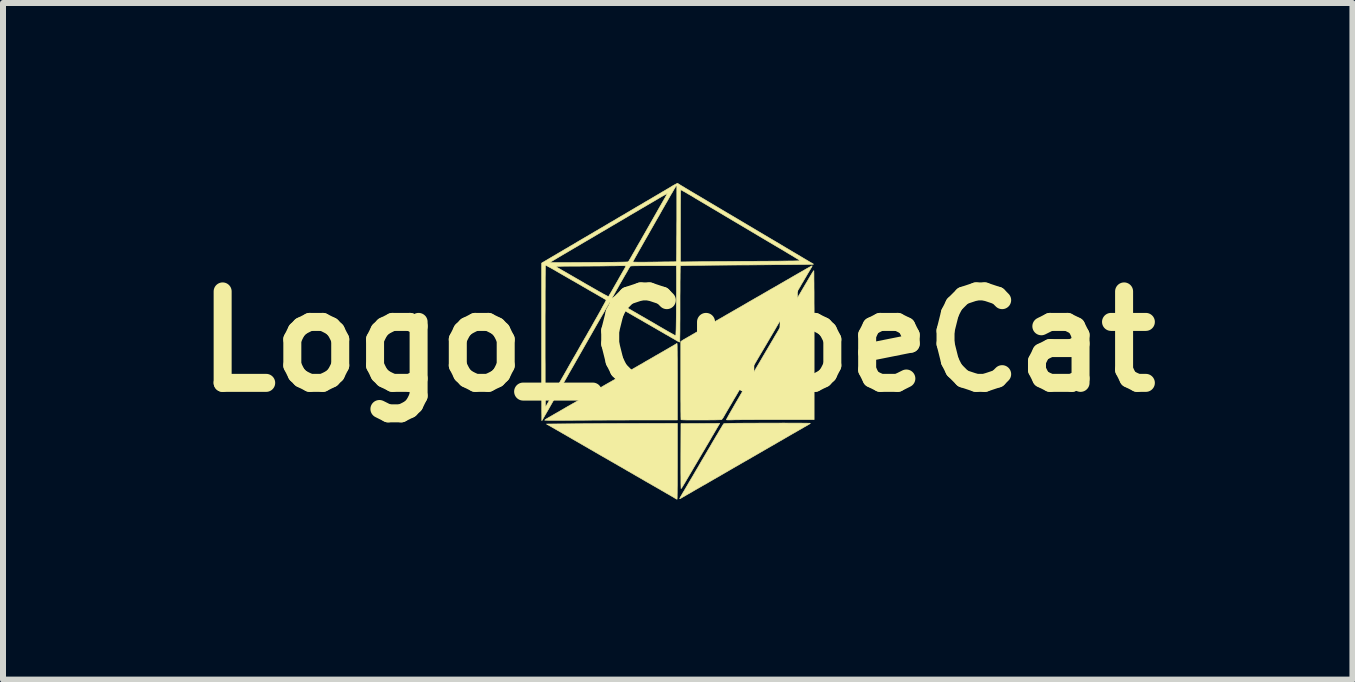
<source format=kicad_pcb>
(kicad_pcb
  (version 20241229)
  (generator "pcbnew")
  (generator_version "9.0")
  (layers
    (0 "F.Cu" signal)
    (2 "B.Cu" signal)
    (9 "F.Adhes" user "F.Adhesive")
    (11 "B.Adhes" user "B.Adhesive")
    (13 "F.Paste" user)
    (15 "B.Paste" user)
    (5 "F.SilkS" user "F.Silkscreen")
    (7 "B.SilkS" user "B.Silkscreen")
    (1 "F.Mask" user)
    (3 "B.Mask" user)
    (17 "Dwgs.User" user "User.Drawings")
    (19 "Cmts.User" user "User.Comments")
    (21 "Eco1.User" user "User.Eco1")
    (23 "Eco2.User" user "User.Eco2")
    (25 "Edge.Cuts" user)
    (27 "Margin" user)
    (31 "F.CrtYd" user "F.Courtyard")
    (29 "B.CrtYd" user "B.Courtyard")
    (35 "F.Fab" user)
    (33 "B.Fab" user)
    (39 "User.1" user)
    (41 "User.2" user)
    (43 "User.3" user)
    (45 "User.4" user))
  (footprint "Logo_CubeCat"
    (layer "F.Cu")
    (at 8.244 2.641)
    (property "Reference" "Logo_CubeCat" (at 0 0 0) (layer "F.SilkS") (effects (font (size 1.524 1.524) (thickness 0.3))))
    (attr through_hole)
    (fp_poly (pts (xy 0.687 1.386) (xy 0.681 1.397) (xy 0.669 1.417) (xy 0.652 1.445) (xy 0.633 1.478) (xy 0.611 1.515) (xy 0.597 1.54) (xy 0.571 1.583) (xy 0.545 1.629) (xy 0.519 1.673) (xy 0.495 1.714) (xy 0.475 1.747) (xy 0.47 1.756) (xy 0.451 1.789) (xy 0.427 1.829) (xy 0.401 1.873) (xy 0.375 1.917) (xy 0.354 1.953) (xy 0.329 1.996) (xy 0.3 2.045) (xy 0.271 2.094) (xy 0.245 2.139) (xy 0.227 2.169) (xy 0.203 2.21) (xy 0.176 2.256) (xy 0.149 2.302) (xy 0.125 2.343) (xy 0.114 2.361) (xy 0.096 2.391) (xy 0.08 2.417) (xy 0.068 2.437) (xy 0.059 2.448) (xy 0.056 2.451) (xy 0.055 2.445) (xy 0.055 2.427) (xy 0.054 2.398) (xy 0.053 2.359) (xy 0.053 2.312) (xy 0.053 2.256) (xy 0.052 2.193) (xy 0.052 2.123) (xy 0.052 2.049) (xy 0.052 1.97) (xy 0.052 1.91) (xy 0.054 1.368) (xy 0.377 1.367) (xy 0.7 1.365) (xy 0.687 1.386)) (stroke (width 0.01) (type solid)) (fill yes) (layer "F.SilkS"))
    (fp_poly (pts (xy -0.006 1.997) (xy -0.006 2.085) (xy -0.007 2.17) (xy -0.007 2.25) (xy -0.007 2.325) (xy -0.007 2.394) (xy -0.008 2.455) (xy -0.008 2.509) (xy -0.009 2.554) (xy -0.009 2.589) (xy -0.01 2.613) (xy -0.011 2.627) (xy -0.011 2.629) (xy -0.019 2.626) (xy -0.034 2.618) (xy -0.051 2.608) (xy -0.061 2.601) (xy -0.073 2.594) (xy -0.087 2.586) (xy -0.104 2.576) (xy -0.125 2.564) (xy -0.15 2.549) (xy -0.181 2.532) (xy -0.218 2.51) (xy -0.262 2.485) (xy -0.315 2.454) (xy -0.376 2.419) (xy -0.447 2.378) (xy -0.486 2.356) (xy -0.542 2.324) (xy -0.596 2.292) (xy -0.648 2.262) (xy -0.696 2.235) (xy -0.738 2.21) (xy -0.773 2.19) (xy -0.8 2.174) (xy -0.816 2.165) (xy -0.835 2.155) (xy -0.863 2.138) (xy -0.899 2.117) (xy -0.942 2.092) (xy -0.99 2.065) (xy -1.043 2.034) (xy -1.098 2.003) (xy -1.146 1.975) (xy -1.203 1.942) (xy -1.259 1.91) (xy -1.313 1.879) (xy -1.363 1.85) (xy -1.409 1.823) (xy -1.447 1.801) (xy -1.478 1.784) (xy -1.495 1.773) (xy -1.532 1.752) (xy -1.572 1.729) (xy -1.61 1.707) (xy -1.642 1.688) (xy -1.645 1.687) (xy -1.677 1.668) (xy -1.712 1.648) (xy -1.744 1.63) (xy -1.762 1.619) (xy -1.78 1.609) (xy -1.807 1.593) (xy -1.842 1.573) (xy -1.883 1.549) (xy -1.927 1.524) (xy -1.973 1.497) (xy -2 1.482) (xy -2.187 1.375) (xy -1.638 1.371) (xy -1.537 1.37) (xy -1.427 1.37) (xy -1.309 1.369) (xy -1.187 1.368) (xy -1.063 1.368) (xy -0.94 1.367) (xy -0.82 1.367) (xy -0.706 1.367) (xy -0.6 1.366) (xy -0.548 1.366) (xy -0.006 1.365) (xy -0.006 1.997)) (stroke (width 0.01) (type solid)) (fill yes) (layer "F.SilkS"))
    (fp_poly (pts (xy 2.269 -1.175) (xy 2.269 -1.157) (xy 2.27 -1.127) (xy 2.27 -1.086) (xy 2.27 -1.035) (xy 2.271 -0.974) (xy 2.271 -0.905) (xy 2.272 -0.827) (xy 2.272 -0.741) (xy 2.272 -0.647) (xy 2.273 -0.548) (xy 2.273 -0.442) (xy 2.273 -0.331) (xy 2.273 -0.215) (xy 2.273 -0.094) (xy 2.273 0.029) (xy 2.273 0.06) (xy 2.273 1.302) (xy 1.63 1.302) (xy 1.538 1.302) (xy 1.449 1.302) (xy 1.363 1.302) (xy 1.281 1.302) (xy 1.204 1.303) (xy 1.134 1.303) (xy 1.07 1.303) (xy 1.015 1.304) (xy 0.969 1.304) (xy 0.933 1.305) (xy 0.909 1.306) (xy 0.9 1.306) (xy 0.859 1.307) (xy 0.831 1.307) (xy 0.814 1.305) (xy 0.811 1.303) (xy 0.813 1.297) (xy 0.822 1.281) (xy 0.836 1.255) (xy 0.855 1.22) (xy 0.879 1.178) (xy 0.908 1.128) (xy 0.94 1.072) (xy 0.975 1.011) (xy 1.014 0.945) (xy 1.055 0.874) (xy 1.098 0.801) (xy 1.112 0.777) (xy 1.161 0.693) (xy 1.213 0.605) (xy 1.266 0.515) (xy 1.319 0.424) (xy 1.372 0.335) (xy 1.423 0.247) (xy 1.472 0.164) (xy 1.518 0.086) (xy 1.559 0.016) (xy 1.596 -0.046) (xy 1.611 -0.073) (xy 1.648 -0.135) (xy 1.684 -0.196) (xy 1.718 -0.255) (xy 1.751 -0.31) (xy 1.781 -0.361) (xy 1.807 -0.405) (xy 1.829 -0.442) (xy 1.845 -0.471) (xy 1.854 -0.486) (xy 1.873 -0.518) (xy 1.897 -0.558) (xy 1.923 -0.602) (xy 1.949 -0.647) (xy 1.972 -0.686) (xy 1.997 -0.729) (xy 2.025 -0.777) (xy 2.054 -0.825) (xy 2.08 -0.87) (xy 2.099 -0.902) (xy 2.123 -0.943) (xy 2.15 -0.988) (xy 2.177 -1.035) (xy 2.201 -1.076) (xy 2.21 -1.091) (xy 2.228 -1.121) (xy 2.244 -1.147) (xy 2.257 -1.167) (xy 2.265 -1.178) (xy 2.268 -1.181) (xy 2.269 -1.175)) (stroke (width 0.01) (type solid)) (fill yes) (layer "F.SilkS"))
    (fp_poly (pts (xy -0.011 0.038) (xy -0.01 0.056) (xy -0.009 0.085) (xy -0.009 0.124) (xy -0.008 0.173) (xy -0.008 0.23) (xy -0.007 0.294) (xy -0.007 0.366) (xy -0.007 0.443) (xy -0.006 0.525) (xy -0.006 0.612) (xy -0.006 0.67) (xy -0.006 1.308) (xy -0.583 1.308) (xy -0.684 1.308) (xy -0.794 1.308) (xy -0.911 1.309) (xy -1.031 1.309) (xy -1.152 1.309) (xy -1.273 1.31) (xy -1.391 1.31) (xy -1.502 1.311) (xy -1.606 1.312) (xy -1.688 1.312) (xy -1.78 1.313) (xy -1.865 1.313) (xy -1.943 1.314) (xy -2.012 1.314) (xy -2.072 1.314) (xy -2.123 1.314) (xy -2.163 1.313) (xy -2.192 1.312) (xy -2.21 1.312) (xy -2.216 1.311) (xy -2.211 1.305) (xy -2.197 1.295) (xy -2.177 1.283) (xy -2.167 1.277) (xy -2.138 1.26) (xy -2.105 1.241) (xy -2.072 1.222) (xy -2.061 1.215) (xy -2.043 1.205) (xy -2.017 1.19) (xy -1.981 1.17) (xy -1.939 1.145) (xy -1.892 1.118) (xy -1.841 1.088) (xy -1.786 1.057) (xy -1.737 1.029) (xy -1.681 0.997) (xy -1.626 0.965) (xy -1.575 0.935) (xy -1.527 0.908) (xy -1.484 0.883) (xy -1.449 0.863) (xy -1.422 0.847) (xy -1.407 0.838) (xy -1.388 0.827) (xy -1.36 0.811) (xy -1.323 0.79) (xy -1.28 0.765) (xy -1.232 0.737) (xy -1.18 0.707) (xy -1.125 0.676) (xy -1.076 0.648) (xy -1.021 0.616) (xy -0.966 0.584) (xy -0.914 0.554) (xy -0.866 0.527) (xy -0.824 0.502) (xy -0.789 0.482) (xy -0.762 0.466) (xy -0.746 0.457) (xy -0.715 0.439) (xy -0.678 0.418) (xy -0.639 0.395) (xy -0.603 0.375) (xy -0.603 0.375) (xy -0.567 0.354) (xy -0.529 0.331) (xy -0.491 0.31) (xy -0.46 0.292) (xy -0.46 0.292) (xy -0.439 0.28) (xy -0.408 0.262) (xy -0.371 0.24) (xy -0.328 0.216) (xy -0.282 0.189) (xy -0.234 0.162) (xy -0.213 0.149) (xy -0.169 0.124) (xy -0.128 0.1) (xy -0.092 0.079) (xy -0.062 0.062) (xy -0.04 0.048) (xy -0.026 0.04) (xy -0.023 0.037) (xy -0.013 0.032) (xy -0.011 0.032) (xy -0.011 0.038)) (stroke (width 0.01) (type solid)) (fill yes) (layer "F.SilkS"))
    (fp_poly (pts (xy 1.845 1.36) (xy 1.92 1.36) (xy 1.988 1.36) (xy 2.048 1.36) (xy 2.101 1.361) (xy 2.144 1.361) (xy 2.176 1.362) (xy 2.199 1.362) (xy 2.209 1.363) (xy 2.21 1.363) (xy 2.205 1.368) (xy 2.191 1.378) (xy 2.17 1.39) (xy 2.157 1.398) (xy 2.136 1.41) (xy 2.105 1.427) (xy 2.07 1.448) (xy 2.031 1.47) (xy 1.991 1.493) (xy 1.984 1.497) (xy 1.895 1.548) (xy 1.814 1.595) (xy 1.742 1.637) (xy 1.679 1.673) (xy 1.626 1.704) (xy 1.583 1.729) (xy 1.553 1.746) (xy 1.534 1.757) (xy 1.506 1.773) (xy 1.47 1.794) (xy 1.426 1.819) (xy 1.378 1.847) (xy 1.326 1.877) (xy 1.271 1.909) (xy 1.222 1.937) (xy 1.167 1.969) (xy 1.112 2) (xy 1.06 2.03) (xy 1.012 2.058) (xy 0.97 2.082) (xy 0.935 2.102) (xy 0.908 2.118) (xy 0.892 2.127) (xy 0.861 2.145) (xy 0.824 2.167) (xy 0.785 2.189) (xy 0.749 2.21) (xy 0.749 2.21) (xy 0.713 2.231) (xy 0.675 2.253) (xy 0.637 2.275) (xy 0.607 2.292) (xy 0.606 2.292) (xy 0.581 2.307) (xy 0.548 2.326) (xy 0.509 2.349) (xy 0.468 2.373) (xy 0.426 2.396) (xy 0.419 2.4) (xy 0.374 2.426) (xy 0.325 2.454) (xy 0.275 2.483) (xy 0.229 2.51) (xy 0.191 2.532) (xy 0.155 2.552) (xy 0.122 2.572) (xy 0.093 2.588) (xy 0.071 2.601) (xy 0.058 2.609) (xy 0.041 2.618) (xy 0.034 2.62) (xy 0.033 2.617) (xy 0.034 2.613) (xy 0.039 2.604) (xy 0.049 2.586) (xy 0.063 2.562) (xy 0.08 2.533) (xy 0.088 2.518) (xy 0.101 2.498) (xy 0.119 2.467) (xy 0.142 2.428) (xy 0.169 2.382) (xy 0.199 2.33) (xy 0.233 2.274) (xy 0.268 2.214) (xy 0.304 2.152) (xy 0.334 2.102) (xy 0.394 1.998) (xy 0.449 1.905) (xy 0.498 1.821) (xy 0.542 1.747) (xy 0.58 1.681) (xy 0.614 1.624) (xy 0.643 1.574) (xy 0.669 1.532) (xy 0.69 1.495) (xy 0.708 1.465) (xy 0.723 1.441) (xy 0.735 1.421) (xy 0.744 1.405) (xy 0.751 1.393) (xy 0.757 1.385) (xy 0.761 1.379) (xy 0.763 1.375) (xy 0.765 1.372) (xy 0.766 1.372) (xy 0.769 1.37) (xy 0.774 1.369) (xy 0.782 1.368) (xy 0.795 1.367) (xy 0.812 1.366) (xy 0.835 1.365) (xy 0.863 1.364) (xy 0.899 1.363) (xy 0.941 1.363) (xy 0.992 1.362) (xy 1.051 1.362) (xy 1.12 1.361) (xy 1.199 1.361) (xy 1.288 1.361) (xy 1.389 1.36) (xy 1.492 1.36) (xy 1.587 1.36) (xy 1.677 1.36) (xy 1.764 1.359) (xy 1.845 1.36)) (stroke (width 0.01) (type solid)) (fill yes) (layer "F.SilkS"))
    (fp_poly (pts (xy 2.239 -1.254) (xy 2.232 -1.241) (xy 2.224 -1.227) (xy 2.217 -1.216) (xy 2.204 -1.194) (xy 2.186 -1.164) (xy 2.164 -1.127) (xy 2.139 -1.084) (xy 2.111 -1.037) (xy 2.082 -0.987) (xy 2.063 -0.956) (xy 2.043 -0.92) (xy 2.016 -0.874) (xy 1.984 -0.82) (xy 1.947 -0.757) (xy 1.906 -0.687) (xy 1.861 -0.611) (xy 1.813 -0.529) (xy 1.763 -0.443) (xy 1.71 -0.354) (xy 1.656 -0.262) (xy 1.602 -0.169) (xy 1.547 -0.076) (xy 1.492 0.018) (xy 1.438 0.11) (xy 1.385 0.199) (xy 1.334 0.286) (xy 1.286 0.368) (xy 1.241 0.445) (xy 1.199 0.516) (xy 1.161 0.58) (xy 1.128 0.636) (xy 1.1 0.683) (xy 1.086 0.708) (xy 1.029 0.804) (xy 0.979 0.89) (xy 0.934 0.965) (xy 0.896 1.031) (xy 0.862 1.088) (xy 0.834 1.136) (xy 0.811 1.175) (xy 0.793 1.206) (xy 0.779 1.23) (xy 0.772 1.243) (xy 0.758 1.267) (xy 0.744 1.286) (xy 0.734 1.299) (xy 0.73 1.302) (xy 0.722 1.303) (xy 0.702 1.304) (xy 0.673 1.305) (xy 0.636 1.306) (xy 0.592 1.307) (xy 0.542 1.307) (xy 0.489 1.308) (xy 0.433 1.308) (xy 0.376 1.308) (xy 0.319 1.308) (xy 0.265 1.308) (xy 0.213 1.308) (xy 0.167 1.308) (xy 0.127 1.307) (xy 0.094 1.306) (xy 0.07 1.305) (xy 0.057 1.304) (xy 0.055 1.304) (xy 0.054 1.297) (xy 0.054 1.278) (xy 0.053 1.249) (xy 0.053 1.209) (xy 0.052 1.16) (xy 0.052 1.102) (xy 0.052 1.037) (xy 0.051 0.965) (xy 0.051 0.887) (xy 0.051 0.804) (xy 0.051 0.717) (xy 0.051 0.65) (xy 0.051 0.001) (xy 0.068 -0.011) (xy 0.08 -0.019) (xy 0.101 -0.032) (xy 0.127 -0.047) (xy 0.155 -0.063) (xy 0.156 -0.064) (xy 0.195 -0.086) (xy 0.243 -0.114) (xy 0.298 -0.146) (xy 0.358 -0.18) (xy 0.421 -0.216) (xy 0.484 -0.253) (xy 0.546 -0.289) (xy 0.565 -0.3) (xy 0.643 -0.345) (xy 0.724 -0.391) (xy 0.81 -0.441) (xy 0.904 -0.495) (xy 0.921 -0.505) (xy 0.958 -0.526) (xy 1.001 -0.551) (xy 1.045 -0.576) (xy 1.083 -0.598) (xy 1.114 -0.616) (xy 1.143 -0.633) (xy 1.167 -0.647) (xy 1.184 -0.657) (xy 1.187 -0.659) (xy 1.197 -0.665) (xy 1.217 -0.676) (xy 1.245 -0.692) (xy 1.281 -0.713) (xy 1.323 -0.737) (xy 1.371 -0.764) (xy 1.422 -0.794) (xy 1.476 -0.825) (xy 1.476 -0.825) (xy 1.532 -0.858) (xy 1.587 -0.889) (xy 1.639 -0.919) (xy 1.686 -0.946) (xy 1.729 -0.971) (xy 1.764 -0.991) (xy 1.791 -1.007) (xy 1.807 -1.016) (xy 1.89 -1.064) (xy 1.964 -1.107) (xy 2.027 -1.143) (xy 2.081 -1.174) (xy 2.126 -1.2) (xy 2.163 -1.221) (xy 2.192 -1.237) (xy 2.214 -1.249) (xy 2.229 -1.257) (xy 2.237 -1.261) (xy 2.24 -1.261) (xy 2.239 -1.254)) (stroke (width 0.01) (type solid)) (fill yes) (layer "F.SilkS"))
    (fp_poly (pts (xy 0.002 -2.634) (xy 0.006 -2.631) (xy 0.014 -2.625) (xy 0.026 -2.618) (xy 0.042 -2.608) (xy 0.064 -2.594) (xy 0.092 -2.578) (xy 0.126 -2.557) (xy 0.168 -2.532) (xy 0.218 -2.502) (xy 0.277 -2.467) (xy 0.345 -2.427) (xy 0.424 -2.38) (xy 0.438 -2.372) (xy 0.501 -2.334) (xy 0.572 -2.292) (xy 0.648 -2.247) (xy 0.725 -2.201) (xy 0.801 -2.156) (xy 0.872 -2.114) (xy 0.93 -2.08) (xy 0.984 -2.048) (xy 1.046 -2.011) (xy 1.115 -1.97) (xy 1.189 -1.926) (xy 1.265 -1.881) (xy 1.342 -1.835) (xy 1.418 -1.79) (xy 1.491 -1.747) (xy 1.524 -1.727) (xy 1.592 -1.687) (xy 1.662 -1.646) (xy 1.732 -1.604) (xy 1.802 -1.562) (xy 1.868 -1.523) (xy 1.93 -1.486) (xy 1.986 -1.453) (xy 2.034 -1.425) (xy 2.06 -1.409) (xy 2.105 -1.382) (xy 2.146 -1.358) (xy 2.183 -1.336) (xy 2.213 -1.318) (xy 2.237 -1.305) (xy 2.252 -1.296) (xy 2.257 -1.293) (xy 2.261 -1.289) (xy 2.261 -1.287) (xy 2.254 -1.287) (xy 2.235 -1.286) (xy 2.205 -1.286) (xy 2.165 -1.285) (xy 2.114 -1.284) (xy 2.053 -1.284) (xy 1.984 -1.283) (xy 1.907 -1.282) (xy 1.822 -1.281) (xy 1.73 -1.28) (xy 1.632 -1.28) (xy 1.528 -1.279) (xy 1.42 -1.278) (xy 1.307 -1.277) (xy 1.191 -1.276) (xy 1.153 -1.276) (xy 0.999 -1.275) (xy 0.859 -1.274) (xy 0.73 -1.273) (xy 0.614 -1.272) (xy 0.509 -1.271) (xy 0.415 -1.27) (xy 0.333 -1.269) (xy 0.261 -1.268) (xy 0.201 -1.267) (xy 0.15 -1.266) (xy 0.109 -1.265) (xy 0.079 -1.264) (xy 0.058 -1.263) (xy 0.046 -1.262) (xy 0.043 -1.261) (xy 0.042 -1.254) (xy 0.042 -1.235) (xy 0.041 -1.205) (xy 0.041 -1.165) (xy 0.04 -1.115) (xy 0.04 -1.058) (xy 0.039 -0.992) (xy 0.039 -0.921) (xy 0.039 -0.843) (xy 0.038 -0.761) (xy 0.038 -0.674) (xy 0.038 -0.624) (xy 0.038 -0.536) (xy 0.038 -0.451) (xy 0.038 -0.371) (xy 0.037 -0.296) (xy 0.037 -0.227) (xy 0.037 -0.166) (xy 0.036 -0.112) (xy 0.035 -0.067) (xy 0.035 -0.032) (xy 0.034 -0.007) (xy 0.034 0.006) (xy 0.033 0.009) (xy 0.026 0.007) (xy 0.011 0.000473) (xy -0.007 -0.009) (xy -0.024 -0.019) (xy -0.05 -0.035) (xy -0.081 -0.053) (xy -0.115 -0.072) (xy -0.133 -0.083) (xy -0.17 -0.104) (xy -0.208 -0.125) (xy -0.243 -0.146) (xy -0.273 -0.163) (xy -0.283 -0.169) (xy -0.3 -0.179) (xy -0.327 -0.194) (xy -0.362 -0.215) (xy -0.404 -0.239) (xy -0.451 -0.266) (xy -0.503 -0.296) (xy -0.557 -0.327) (xy -0.606 -0.356) (xy -0.682 -0.399) (xy -0.748 -0.437) (xy -0.805 -0.47) (xy -0.854 -0.498) (xy -0.897 -0.523) (xy -0.933 -0.544) (xy -0.965 -0.562) (xy -0.993 -0.579) (xy -1.018 -0.594) (xy -1.042 -0.607) (xy -1.065 -0.621) (xy -1.09 -0.635) (xy -1.111 -0.645) (xy -1.126 -0.651) (xy -1.132 -0.652) (xy -1.136 -0.646) (xy -1.146 -0.63) (xy -1.162 -0.605) (xy -1.182 -0.571) (xy -1.206 -0.53) (xy -1.234 -0.481) (xy -1.266 -0.427) (xy -1.3 -0.368) (xy -1.336 -0.305) (xy -1.374 -0.239) (xy -1.375 -0.237) (xy -1.454 -0.098) (xy -1.531 0.037) (xy -1.605 0.167) (xy -1.677 0.293) (xy -1.745 0.413) (xy -1.811 0.527) (xy -1.872 0.636) (xy -1.931 0.737) (xy -1.985 0.832) (xy -2.035 0.92) (xy -2.081 1) (xy -2.122 1.072) (xy -2.158 1.136) (xy -2.19 1.191) (xy -2.216 1.236) (xy -2.237 1.273) (xy -2.252 1.299) (xy -2.261 1.315) (xy -2.264 1.32) (xy -2.265 1.314) (xy -2.265 1.296) (xy -2.265 1.267) (xy -2.265 1.226) (xy -2.266 1.175) (xy -2.266 1.114) (xy -2.266 1.045) (xy -2.266 0.966) (xy -2.266 0.88) (xy -2.266 0.786) (xy -2.267 0.685) (xy -2.267 0.579) (xy -2.267 0.466) (xy -2.267 0.349) (xy -2.267 0.227) (xy -2.267 0.101) (xy -2.267 0.008) (xy -2.267 -0.084) (xy -2.21 -0.084) (xy -2.21 0.037) (xy -2.21 0.156) (xy -2.21 0.27) (xy -2.209 0.379) (xy -2.209 0.483) (xy -2.209 0.581) (xy -2.209 0.672) (xy -2.208 0.756) (xy -2.208 0.832) (xy -2.207 0.9) (xy -2.207 0.959) (xy -2.206 1.008) (xy -2.206 1.047) (xy -2.205 1.074) (xy -2.205 1.091) (xy -2.204 1.095) (xy -2.201 1.089) (xy -2.191 1.072) (xy -2.176 1.046) (xy -2.156 1.011) (xy -2.131 0.969) (xy -2.103 0.919) (xy -2.07 0.862) (xy -2.035 0.8) (xy -1.997 0.733) (xy -1.956 0.662) (xy -1.914 0.588) (xy -1.899 0.562) (xy -1.855 0.485) (xy -1.813 0.41) (xy -1.772 0.338) (xy -1.733 0.27) (xy -1.696 0.207) (xy -1.663 0.149) (xy -1.634 0.097) (xy -1.609 0.053) (xy -1.588 0.017) (xy -1.573 -0.01) (xy -1.563 -0.026) (xy -1.562 -0.029) (xy -1.523 -0.095) (xy -1.485 -0.163) (xy -1.446 -0.23) (xy -1.409 -0.296) (xy -1.373 -0.36) (xy -1.338 -0.421) (xy -1.306 -0.478) (xy -1.277 -0.53) (xy -1.252 -0.577) (xy -1.23 -0.616) (xy -1.212 -0.649) (xy -1.2 -0.673) (xy -1.193 -0.688) (xy -1.192 -0.692) (xy -1.199 -0.697) (xy -1.215 -0.707) (xy -1.233 -0.718) (xy -1.097 -0.718) (xy -1.093 -0.711) (xy -1.077 -0.699) (xy -1.051 -0.682) (xy -1.014 -0.66) (xy -0.967 -0.632) (xy -0.926 -0.609) (xy -0.885 -0.585) (xy -0.846 -0.563) (xy -0.812 -0.543) (xy -0.786 -0.528) (xy -0.778 -0.524) (xy -0.75 -0.507) (xy -0.715 -0.487) (xy -0.678 -0.466) (xy -0.643 -0.445) (xy -0.641 -0.444) (xy -0.61 -0.426) (xy -0.58 -0.409) (xy -0.552 -0.393) (xy -0.523 -0.376) (xy -0.492 -0.358) (xy -0.457 -0.338) (xy -0.417 -0.315) (xy -0.371 -0.288) (xy -0.317 -0.256) (xy -0.253 -0.219) (xy -0.248 -0.216) (xy -0.201 -0.189) (xy -0.158 -0.164) (xy -0.119 -0.142) (xy -0.086 -0.124) (xy -0.06 -0.109) (xy -0.042 -0.1) (xy -0.034 -0.096) (xy -0.034 -0.096) (xy -0.033 -0.1) (xy -0.031 -0.111) (xy -0.03 -0.132) (xy -0.029 -0.161) (xy -0.027 -0.2) (xy -0.026 -0.25) (xy -0.025 -0.31) (xy -0.024 -0.381) (xy -0.023 -0.464) (xy -0.023 -0.535) (xy -0.022 -0.613) (xy -0.021 -0.692) (xy -0.021 -0.769) (xy -0.02 -0.842) (xy -0.02 -0.911) (xy -0.02 -0.974) (xy -0.02 -1.03) (xy -0.02 -1.076) (xy -0.02 -1.111) (xy -0.02 -1.12) (xy -0.022 -1.264) (xy -0.403 -1.264) (xy -0.487 -1.264) (xy -0.559 -1.263) (xy -0.619 -1.263) (xy -0.669 -1.262) (xy -0.71 -1.262) (xy -0.741 -1.261) (xy -0.764 -1.26) (xy -0.78 -1.258) (xy -0.789 -1.257) (xy -0.791 -1.256) (xy -0.796 -1.248) (xy -0.807 -1.231) (xy -0.822 -1.206) (xy -0.84 -1.173) (xy -0.862 -1.135) (xy -0.887 -1.093) (xy -0.913 -1.047) (xy -0.94 -1) (xy -0.967 -0.953) (xy -0.993 -0.906) (xy -1.018 -0.862) (xy -1.041 -0.821) (xy -1.061 -0.785) (xy -1.077 -0.756) (xy -1.089 -0.734) (xy -1.096 -0.721) (xy -1.097 -0.718) (xy -1.233 -0.718) (xy -1.237 -0.72) (xy -1.257 -0.732) (xy -1.286 -0.748) (xy -1.322 -0.769) (xy -1.36 -0.791) (xy -1.396 -0.812) (xy -1.4 -0.814) (xy -1.446 -0.84) (xy -1.489 -0.865) (xy -1.531 -0.89) (xy -1.575 -0.915) (xy -1.623 -0.943) (xy -1.677 -0.974) (xy -1.739 -1.01) (xy -1.756 -1.019) (xy -1.806 -1.048) (xy -1.863 -1.081) (xy -1.922 -1.115) (xy -1.981 -1.149) (xy -2.034 -1.18) (xy -2.051 -1.19) (xy -2.09 -1.212) (xy -2.126 -1.232) (xy -2.157 -1.249) (xy -2.161 -1.251) (xy -2.029 -1.251) (xy -2.026 -1.246) (xy -2.015 -1.238) (xy -2.014 -1.237) (xy -2.003 -1.231) (xy -1.984 -1.22) (xy -1.957 -1.204) (xy -1.926 -1.186) (xy -1.892 -1.167) (xy -1.787 -1.106) (xy -1.692 -1.051) (xy -1.607 -1.002) (xy -1.532 -0.958) (xy -1.465 -0.92) (xy -1.406 -0.886) (xy -1.355 -0.857) (xy -1.312 -0.832) (xy -1.275 -0.812) (xy -1.244 -0.794) (xy -1.219 -0.781) (xy -1.198 -0.77) (xy -1.183 -0.762) (xy -1.171 -0.756) (xy -1.162 -0.752) (xy -1.156 -0.751) (xy -1.153 -0.75) (xy -1.152 -0.751) (xy -1.147 -0.758) (xy -1.137 -0.775) (xy -1.122 -0.801) (xy -1.103 -0.833) (xy -1.081 -0.872) (xy -1.056 -0.916) (xy -1.029 -0.963) (xy -1.022 -0.975) (xy -0.994 -1.024) (xy -0.968 -1.071) (xy -0.943 -1.114) (xy -0.922 -1.151) (xy -0.904 -1.183) (xy -0.89 -1.206) (xy -0.882 -1.22) (xy -0.882 -1.221) (xy -0.872 -1.239) (xy -0.865 -1.253) (xy -0.864 -1.258) (xy -0.867 -1.26) (xy -0.879 -1.262) (xy -0.899 -1.263) (xy -0.929 -1.263) (xy -0.969 -1.263) (xy -1.02 -1.262) (xy -1.068 -1.261) (xy -1.115 -1.261) (xy -1.172 -1.26) (xy -1.237 -1.259) (xy -1.309 -1.258) (xy -1.385 -1.258) (xy -1.464 -1.257) (xy -1.543 -1.257) (xy -1.621 -1.256) (xy -1.65 -1.256) (xy -1.718 -1.256) (xy -1.782 -1.256) (xy -1.841 -1.255) (xy -1.894 -1.255) (xy -1.94 -1.254) (xy -1.977 -1.253) (xy -2.005 -1.253) (xy -2.023 -1.252) (xy -2.029 -1.251) (xy -2.161 -1.251) (xy -2.181 -1.262) (xy -2.198 -1.27) (xy -2.205 -1.272) (xy -2.205 -1.272) (xy -2.205 -1.266) (xy -2.206 -1.247) (xy -2.206 -1.217) (xy -2.207 -1.176) (xy -2.207 -1.125) (xy -2.208 -1.064) (xy -2.208 -0.995) (xy -2.208 -0.917) (xy -2.209 -0.831) (xy -2.209 -0.738) (xy -2.209 -0.639) (xy -2.209 -0.534) (xy -2.21 -0.424) (xy -2.21 -0.309) (xy -2.21 -0.19) (xy -2.21 -0.084) (xy -2.267 -0.084) (xy -2.267 -1.307) (xy -2.252 -1.316) (xy -2.134 -1.316) (xy -2.128 -1.316) (xy -2.11 -1.315) (xy -2.082 -1.315) (xy -2.043 -1.315) (xy -1.994 -1.315) (xy -1.938 -1.315) (xy -1.873 -1.315) (xy -1.802 -1.315) (xy -1.724 -1.316) (xy -1.642 -1.316) (xy -1.555 -1.317) (xy -1.483 -1.317) (xy -1.37 -1.318) (xy -1.27 -1.319) (xy -1.182 -1.32) (xy -1.104 -1.32) (xy -1.037 -1.321) (xy -0.981 -1.322) (xy -0.934 -1.323) (xy -0.895 -1.324) (xy -0.866 -1.325) (xy -0.846 -1.326) (xy -0.749 -1.326) (xy -0.744 -1.325) (xy -0.728 -1.323) (xy -0.701 -1.323) (xy -0.662 -1.322) (xy -0.612 -1.322) (xy -0.55 -1.322) (xy -0.475 -1.323) (xy -0.389 -1.324) (xy -0.386 -1.324) (xy -0.319 -1.325) (xy -0.256 -1.326) (xy -0.199 -1.327) (xy -0.147 -1.327) (xy -0.103 -1.328) (xy -0.067 -1.328) (xy -0.041 -1.329) (xy -0.025 -1.329) (xy -0.021 -1.329) (xy -0.021 -1.336) (xy -0.02 -1.354) (xy -0.02 -1.383) (xy -0.019 -1.422) (xy -0.018 -1.468) (xy -0.018 -1.523) (xy -0.017 -1.584) (xy -0.017 -1.65) (xy -0.017 -1.721) (xy -0.016 -1.795) (xy -0.016 -1.871) (xy -0.016 -1.926) (xy 0.044 -1.926) (xy 0.044 -1.326) (xy 0.405 -1.33) (xy 0.465 -1.33) (xy 0.537 -1.331) (xy 0.618 -1.332) (xy 0.707 -1.333) (xy 0.802 -1.333) (xy 0.902 -1.334) (xy 1.005 -1.335) (xy 1.109 -1.336) (xy 1.213 -1.336) (xy 1.315 -1.337) (xy 1.405 -1.338) (xy 1.494 -1.338) (xy 1.579 -1.339) (xy 1.66 -1.339) (xy 1.735 -1.34) (xy 1.805 -1.341) (xy 1.867 -1.342) (xy 1.921 -1.342) (xy 1.966 -1.343) (xy 2.002 -1.344) (xy 2.028 -1.344) (xy 2.042 -1.345) (xy 2.045 -1.345) (xy 2.039 -1.349) (xy 2.024 -1.359) (xy 2 -1.374) (xy 1.968 -1.393) (xy 1.93 -1.417) (xy 1.886 -1.443) (xy 1.837 -1.472) (xy 1.786 -1.503) (xy 1.724 -1.54) (xy 1.654 -1.581) (xy 1.578 -1.626) (xy 1.5 -1.672) (xy 1.421 -1.719) (xy 1.345 -1.764) (xy 1.275 -1.806) (xy 1.241 -1.826) (xy 1.132 -1.891) (xy 1.034 -1.949) (xy 0.944 -2.002) (xy 0.864 -2.05) (xy 0.791 -2.093) (xy 0.726 -2.132) (xy 0.667 -2.167) (xy 0.615 -2.198) (xy 0.567 -2.226) (xy 0.524 -2.252) (xy 0.485 -2.275) (xy 0.448 -2.297) (xy 0.414 -2.317) (xy 0.382 -2.336) (xy 0.35 -2.355) (xy 0.318 -2.374) (xy 0.286 -2.393) (xy 0.264 -2.407) (xy 0.217 -2.435) (xy 0.173 -2.46) (xy 0.135 -2.483) (xy 0.102 -2.501) (xy 0.076 -2.516) (xy 0.058 -2.525) (xy 0.05 -2.529) (xy 0.049 -2.529) (xy 0.049 -2.523) (xy 0.048 -2.504) (xy 0.047 -2.475) (xy 0.047 -2.435) (xy 0.046 -2.387) (xy 0.046 -2.33) (xy 0.045 -2.266) (xy 0.045 -2.195) (xy 0.045 -2.118) (xy 0.045 -2.037) (xy 0.044 -1.952) (xy 0.044 -1.926) (xy -0.016 -1.926) (xy -0.016 -1.949) (xy -0.015 -2.027) (xy -0.015 -2.104) (xy -0.015 -2.18) (xy -0.015 -2.252) (xy -0.015 -2.321) (xy -0.015 -2.385) (xy -0.015 -2.443) (xy -0.015 -2.494) (xy -0.015 -2.537) (xy -0.015 -2.571) (xy -0.016 -2.595) (xy -0.016 -2.608) (xy -0.017 -2.61) (xy -0.021 -2.604) (xy -0.03 -2.589) (xy -0.045 -2.564) (xy -0.065 -2.531) (xy -0.088 -2.49) (xy -0.116 -2.444) (xy -0.146 -2.391) (xy -0.178 -2.334) (xy -0.213 -2.274) (xy -0.223 -2.256) (xy -0.265 -2.183) (xy -0.309 -2.104) (xy -0.356 -2.023) (xy -0.403 -1.94) (xy -0.45 -1.858) (xy -0.494 -1.78) (xy -0.536 -1.707) (xy -0.573 -1.642) (xy -0.587 -1.617) (xy -0.618 -1.562) (xy -0.648 -1.51) (xy -0.674 -1.463) (xy -0.698 -1.421) (xy -0.718 -1.385) (xy -0.733 -1.357) (xy -0.744 -1.337) (xy -0.749 -1.327) (xy -0.749 -1.326) (xy -0.846 -1.326) (xy -0.844 -1.326) (xy -0.83 -1.327) (xy -0.823 -1.329) (xy -0.822 -1.329) (xy -0.818 -1.336) (xy -0.808 -1.352) (xy -0.792 -1.379) (xy -0.772 -1.413) (xy -0.748 -1.456) (xy -0.719 -1.505) (xy -0.688 -1.561) (xy -0.653 -1.622) (xy -0.615 -1.687) (xy -0.576 -1.756) (xy -0.549 -1.803) (xy -0.507 -1.877) (xy -0.466 -1.949) (xy -0.426 -2.019) (xy -0.388 -2.086) (xy -0.352 -2.149) (xy -0.32 -2.206) (xy -0.291 -2.257) (xy -0.266 -2.3) (xy -0.246 -2.335) (xy -0.232 -2.36) (xy -0.227 -2.368) (xy -0.209 -2.399) (xy -0.194 -2.427) (xy -0.182 -2.449) (xy -0.175 -2.463) (xy -0.173 -2.468) (xy -0.179 -2.465) (xy -0.195 -2.456) (xy -0.219 -2.442) (xy -0.252 -2.424) (xy -0.292 -2.401) (xy -0.337 -2.374) (xy -0.388 -2.344) (xy -0.443 -2.312) (xy -0.489 -2.285) (xy -0.55 -2.249) (xy -0.611 -2.214) (xy -0.669 -2.179) (xy -0.724 -2.147) (xy -0.774 -2.118) (xy -0.818 -2.092) (xy -0.854 -2.07) (xy -0.882 -2.054) (xy -0.892 -2.048) (xy -0.915 -2.034) (xy -0.948 -2.015) (xy -0.989 -1.991) (xy -1.036 -1.963) (xy -1.088 -1.933) (xy -1.144 -1.9) (xy -1.202 -1.865) (xy -1.261 -1.831) (xy -1.27 -1.826) (xy -1.339 -1.785) (xy -1.415 -1.74) (xy -1.497 -1.692) (xy -1.581 -1.643) (xy -1.663 -1.594) (xy -1.742 -1.548) (xy -1.815 -1.505) (xy -1.845 -1.487) (xy -1.9 -1.455) (xy -1.951 -1.425) (xy -1.998 -1.397) (xy -2.04 -1.372) (xy -2.075 -1.351) (xy -2.103 -1.334) (xy -2.123 -1.323) (xy -2.133 -1.317) (xy -2.134 -1.316) (xy -2.252 -1.316) (xy -2.161 -1.37) (xy -2.122 -1.393) (xy -2.076 -1.42) (xy -2.026 -1.449) (xy -1.976 -1.479) (xy -1.929 -1.506) (xy -1.921 -1.511) (xy -1.878 -1.537) (xy -1.832 -1.563) (xy -1.788 -1.59) (xy -1.747 -1.613) (xy -1.714 -1.633) (xy -1.705 -1.638) (xy -1.676 -1.656) (xy -1.639 -1.678) (xy -1.596 -1.703) (xy -1.55 -1.73) (xy -1.503 -1.757) (xy -1.473 -1.775) (xy -1.428 -1.801) (xy -1.382 -1.829) (xy -1.336 -1.855) (xy -1.295 -1.88) (xy -1.26 -1.9) (xy -1.241 -1.911) (xy -1.211 -1.929) (xy -1.172 -1.952) (xy -1.129 -1.978) (xy -1.083 -2.004) (xy -1.039 -2.03) (xy -1.026 -2.038) (xy -0.981 -2.065) (xy -0.933 -2.093) (xy -0.884 -2.121) (xy -0.84 -2.148) (xy -0.801 -2.17) (xy -0.794 -2.175) (xy -0.758 -2.196) (xy -0.714 -2.222) (xy -0.667 -2.25) (xy -0.618 -2.278) (xy -0.572 -2.305) (xy -0.562 -2.312) (xy -0.482 -2.358) (xy -0.413 -2.399) (xy -0.352 -2.435) (xy -0.299 -2.466) (xy -0.254 -2.493) (xy -0.214 -2.516) (xy -0.179 -2.537) (xy -0.148 -2.555) (xy -0.12 -2.572) (xy -0.094 -2.588) (xy -0.093 -2.589) (xy -0.063 -2.606) (xy -0.037 -2.62) (xy -0.016 -2.631) (xy -0.004 -2.636) (xy -0.000447 -2.636) (xy 0.002 -2.634)) (stroke (width 0.01) (type solid)) (fill yes) (layer "F.SilkS")))
  (gr_rect
    (start -3 -3)
    (end 19.488 8.275)
    (stroke (width 0.1) (type default))
    (fill no)
    (layer "Edge.Cuts")))
</source>
